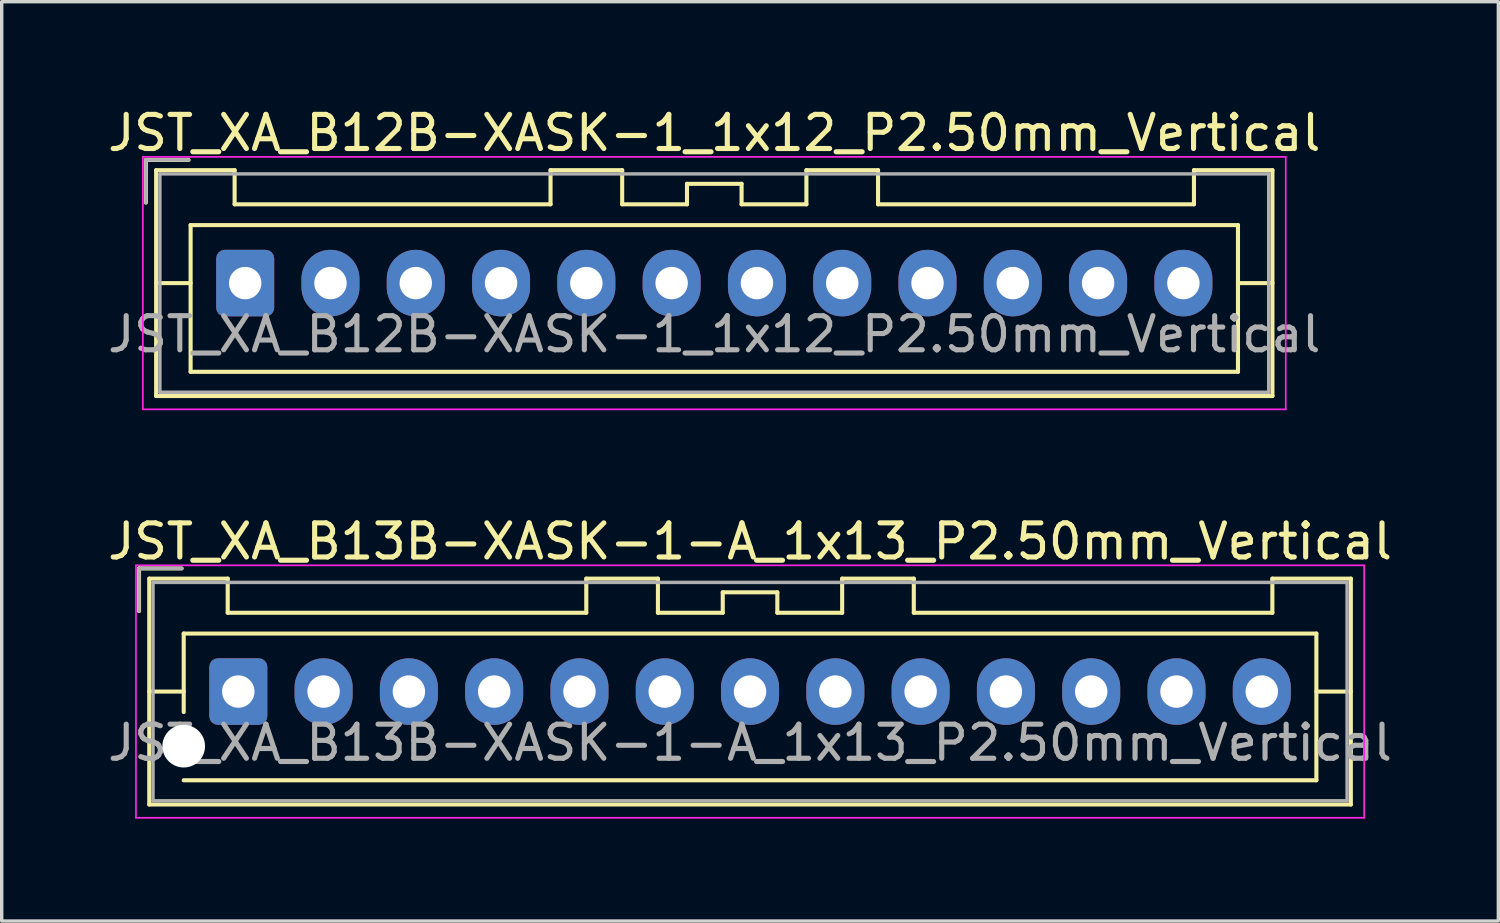
<source format=kicad_pcb>
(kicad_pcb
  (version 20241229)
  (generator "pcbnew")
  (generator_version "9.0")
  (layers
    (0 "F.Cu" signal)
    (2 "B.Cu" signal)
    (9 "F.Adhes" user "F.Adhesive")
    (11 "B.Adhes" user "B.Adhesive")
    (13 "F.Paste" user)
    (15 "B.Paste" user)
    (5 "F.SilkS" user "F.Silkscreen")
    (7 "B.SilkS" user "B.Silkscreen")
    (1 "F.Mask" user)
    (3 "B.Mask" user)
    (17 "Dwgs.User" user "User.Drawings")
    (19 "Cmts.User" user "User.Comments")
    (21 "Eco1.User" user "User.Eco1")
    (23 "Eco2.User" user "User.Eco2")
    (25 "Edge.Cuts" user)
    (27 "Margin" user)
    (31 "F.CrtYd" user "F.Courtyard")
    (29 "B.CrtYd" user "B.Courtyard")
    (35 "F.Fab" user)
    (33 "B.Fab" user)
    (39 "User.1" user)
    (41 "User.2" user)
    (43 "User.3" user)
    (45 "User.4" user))
  (footprint "JST_XA_B13B-XASK-1-A_1x13_P2.50mm_Vertical"
    (layer "F.Cu")
    (at 3.935 17.221)
    (property "Reference" "JST_XA_B13B-XASK-1-A_1x13_P2.50mm_Vertical" (at 15 -4.4 0) (layer "F.SilkS") (effects (font (size 1 1) (thickness 0.15))))
    (attr through_hole)
    (fp_line (start -2.91 -3.61) (end -2.91 -2.36) (stroke (width 0.12) (type solid)) (layer "F.SilkS"))
    (fp_line (start -2.61 -3.31) (end -2.61 3.31) (stroke (width 0.12) (type solid)) (layer "F.SilkS"))
    (fp_line (start -2.61 0) (end -1.6 0) (stroke (width 0.12) (type solid)) (layer "F.SilkS"))
    (fp_line (start -2.61 3.31) (end 32.61 3.31) (stroke (width 0.12) (type solid)) (layer "F.SilkS"))
    (fp_line (start -1.66 -3.61) (end -2.91 -3.61) (stroke (width 0.12) (type solid)) (layer "F.SilkS"))
    (fp_line (start -1.6 -1.7) (end 31.6 -1.7) (stroke (width 0.12) (type solid)) (layer "F.SilkS"))
    (fp_line (start -1.6 0.6) (end -1.6 -1.7) (stroke (width 0.12) (type solid)) (layer "F.SilkS"))
    (fp_line (start -0.31 -3.31) (end -2.61 -3.31) (stroke (width 0.12) (type solid)) (layer "F.SilkS"))
    (fp_line (start -0.31 -2.31) (end -0.31 -3.31) (stroke (width 0.12) (type solid)) (layer "F.SilkS"))
    (fp_line (start 10.2 -3.31) (end 10.2 -2.31) (stroke (width 0.12) (type solid)) (layer "F.SilkS"))
    (fp_line (start 10.2 -2.31) (end -0.31 -2.31) (stroke (width 0.12) (type solid)) (layer "F.SilkS"))
    (fp_line (start 12.3 -3.31) (end 10.2 -3.31) (stroke (width 0.12) (type solid)) (layer "F.SilkS"))
    (fp_line (start 12.3 -2.31) (end 12.3 -3.31) (stroke (width 0.12) (type solid)) (layer "F.SilkS"))
    (fp_line (start 14.2 -2.91) (end 14.2 -2.31) (stroke (width 0.12) (type solid)) (layer "F.SilkS"))
    (fp_line (start 14.2 -2.31) (end 12.3 -2.31) (stroke (width 0.12) (type solid)) (layer "F.SilkS"))
    (fp_line (start 15.8 -2.91) (end 14.2 -2.91) (stroke (width 0.12) (type solid)) (layer "F.SilkS"))
    (fp_line (start 15.8 -2.31) (end 15.8 -2.91) (stroke (width 0.12) (type solid)) (layer "F.SilkS"))
    (fp_line (start 17.7 -3.31) (end 17.7 -2.31) (stroke (width 0.12) (type solid)) (layer "F.SilkS"))
    (fp_line (start 17.7 -2.31) (end 15.8 -2.31) (stroke (width 0.12) (type solid)) (layer "F.SilkS"))
    (fp_line (start 19.8 -3.31) (end 17.7 -3.31) (stroke (width 0.12) (type solid)) (layer "F.SilkS"))
    (fp_line (start 19.8 -2.31) (end 19.8 -3.31) (stroke (width 0.12) (type solid)) (layer "F.SilkS"))
    (fp_line (start 30.31 -3.31) (end 30.31 -2.31) (stroke (width 0.12) (type solid)) (layer "F.SilkS"))
    (fp_line (start 30.31 -2.31) (end 19.8 -2.31) (stroke (width 0.12) (type solid)) (layer "F.SilkS"))
    (fp_line (start 31.6 -1.7) (end 31.6 2.6) (stroke (width 0.12) (type solid)) (layer "F.SilkS"))
    (fp_line (start 31.6 2.6) (end -1.6 2.6) (stroke (width 0.12) (type solid)) (layer "F.SilkS"))
    (fp_line (start 32.61 -3.31) (end 30.31 -3.31) (stroke (width 0.12) (type solid)) (layer "F.SilkS"))
    (fp_line (start 32.61 0) (end 31.6 0) (stroke (width 0.12) (type solid)) (layer "F.SilkS"))
    (fp_line (start 32.61 3.31) (end 32.61 -3.31) (stroke (width 0.12) (type solid)) (layer "F.SilkS"))
    (fp_line (start -3 -3.7) (end -3 3.7) (stroke (width 0.05) (type solid)) (layer "F.CrtYd"))
    (fp_line (start -3 3.7) (end 33 3.7) (stroke (width 0.05) (type solid)) (layer "F.CrtYd"))
    (fp_line (start 33 -3.7) (end -3 -3.7) (stroke (width 0.05) (type solid)) (layer "F.CrtYd"))
    (fp_line (start 33 3.7) (end 33 -3.7) (stroke (width 0.05) (type solid)) (layer "F.CrtYd"))
    (fp_line (start -2.91 -3.61) (end -2.91 -2.36) (stroke (width 0.1) (type solid)) (layer "F.Fab"))
    (fp_line (start -2.5 -3.2) (end -2.5 3.2) (stroke (width 0.1) (type solid)) (layer "F.Fab"))
    (fp_line (start -2.5 3.2) (end 32.5 3.2) (stroke (width 0.1) (type solid)) (layer "F.Fab"))
    (fp_line (start -1.66 -3.61) (end -2.91 -3.61) (stroke (width 0.1) (type solid)) (layer "F.Fab"))
    (fp_line (start 32.5 -3.2) (end -2.5 -3.2) (stroke (width 0.1) (type solid)) (layer "F.Fab"))
    (fp_line (start 32.5 3.2) (end 32.5 -3.2) (stroke (width 0.1) (type solid)) (layer "F.Fab"))
    (fp_text user "${REFERENCE}" (at 15 1.5 0) (layer "F.Fab") (effects (font (size 1 1) (thickness 0.15))))
    (pad "" np_thru_hole circle (at -1.6 1.6) (size 1.25 1.25) (drill 1.25) (layers "*.Cu" "*.Mask"))
    (pad "1" thru_hole roundrect (at 0 0) (size 1.7 1.95) (drill 0.95) (layers "*.Cu" "*.Mask") (roundrect_rratio 0.147))
    (pad "2" thru_hole oval (at 2.5 0) (size 1.7 1.95) (drill 0.95) (layers "*.Cu" "*.Mask"))
    (pad "3" thru_hole oval (at 5 0) (size 1.7 1.95) (drill 0.95) (layers "*.Cu" "*.Mask"))
    (pad "4" thru_hole oval (at 7.5 0) (size 1.7 1.95) (drill 0.95) (layers "*.Cu" "*.Mask"))
    (pad "5" thru_hole oval (at 10 0) (size 1.7 1.95) (drill 0.95) (layers "*.Cu" "*.Mask"))
    (pad "6" thru_hole oval (at 12.5 0) (size 1.7 1.95) (drill 0.95) (layers "*.Cu" "*.Mask"))
    (pad "7" thru_hole oval (at 15 0) (size 1.7 1.95) (drill 0.95) (layers "*.Cu" "*.Mask"))
    (pad "8" thru_hole oval (at 17.5 0) (size 1.7 1.95) (drill 0.95) (layers "*.Cu" "*.Mask"))
    (pad "9" thru_hole oval (at 20 0) (size 1.7 1.95) (drill 0.95) (layers "*.Cu" "*.Mask"))
    (pad "10" thru_hole oval (at 22.5 0) (size 1.7 1.95) (drill 0.95) (layers "*.Cu" "*.Mask"))
    (pad "11" thru_hole oval (at 25 0) (size 1.7 1.95) (drill 0.95) (layers "*.Cu" "*.Mask"))
    (pad "12" thru_hole oval (at 27.5 0) (size 1.7 1.95) (drill 0.95) (layers "*.Cu" "*.Mask"))
    (pad "13" thru_hole oval (at 30 0) (size 1.7 1.95) (drill 0.95) (layers "*.Cu" "*.Mask")))
  (footprint "JST_XA_B12B-XASK-1_1x12_P2.50mm_Vertical"
    (layer "F.Cu")
    (at 4.137 5.248)
    (property "Reference" "JST_XA_B12B-XASK-1_1x12_P2.50mm_Vertical" (at 13.75 -4.4 0) (layer "F.SilkS") (effects (font (size 1 1) (thickness 0.15))))
    (attr through_hole)
    (fp_line (start -2.91 -3.61) (end -2.91 -2.36) (stroke (width 0.12) (type solid)) (layer "F.SilkS"))
    (fp_line (start -2.61 -3.31) (end -2.61 3.31) (stroke (width 0.12) (type solid)) (layer "F.SilkS"))
    (fp_line (start -2.61 0) (end -1.6 0) (stroke (width 0.12) (type solid)) (layer "F.SilkS"))
    (fp_line (start -2.61 3.31) (end 30.11 3.31) (stroke (width 0.12) (type solid)) (layer "F.SilkS"))
    (fp_line (start -1.66 -3.61) (end -2.91 -3.61) (stroke (width 0.12) (type solid)) (layer "F.SilkS"))
    (fp_line (start -1.6 -1.7) (end -1.6 2.6) (stroke (width 0.12) (type solid)) (layer "F.SilkS"))
    (fp_line (start -1.6 2.6) (end 29.1 2.6) (stroke (width 0.12) (type solid)) (layer "F.SilkS"))
    (fp_line (start -0.31 -3.31) (end -2.61 -3.31) (stroke (width 0.12) (type solid)) (layer "F.SilkS"))
    (fp_line (start -0.31 -2.31) (end -0.31 -3.31) (stroke (width 0.12) (type solid)) (layer "F.SilkS"))
    (fp_line (start 8.95 -3.31) (end 8.95 -2.31) (stroke (width 0.12) (type solid)) (layer "F.SilkS"))
    (fp_line (start 8.95 -2.31) (end -0.31 -2.31) (stroke (width 0.12) (type solid)) (layer "F.SilkS"))
    (fp_line (start 11.05 -3.31) (end 8.95 -3.31) (stroke (width 0.12) (type solid)) (layer "F.SilkS"))
    (fp_line (start 11.05 -2.31) (end 11.05 -3.31) (stroke (width 0.12) (type solid)) (layer "F.SilkS"))
    (fp_line (start 12.95 -2.91) (end 12.95 -2.31) (stroke (width 0.12) (type solid)) (layer "F.SilkS"))
    (fp_line (start 12.95 -2.31) (end 11.05 -2.31) (stroke (width 0.12) (type solid)) (layer "F.SilkS"))
    (fp_line (start 14.55 -2.91) (end 12.95 -2.91) (stroke (width 0.12) (type solid)) (layer "F.SilkS"))
    (fp_line (start 14.55 -2.31) (end 14.55 -2.91) (stroke (width 0.12) (type solid)) (layer "F.SilkS"))
    (fp_line (start 16.45 -3.31) (end 16.45 -2.31) (stroke (width 0.12) (type solid)) (layer "F.SilkS"))
    (fp_line (start 16.45 -2.31) (end 14.55 -2.31) (stroke (width 0.12) (type solid)) (layer "F.SilkS"))
    (fp_line (start 18.55 -3.31) (end 16.45 -3.31) (stroke (width 0.12) (type solid)) (layer "F.SilkS"))
    (fp_line (start 18.55 -2.31) (end 18.55 -3.31) (stroke (width 0.12) (type solid)) (layer "F.SilkS"))
    (fp_line (start 27.81 -3.31) (end 27.81 -2.31) (stroke (width 0.12) (type solid)) (layer "F.SilkS"))
    (fp_line (start 27.81 -2.31) (end 18.55 -2.31) (stroke (width 0.12) (type solid)) (layer "F.SilkS"))
    (fp_line (start 29.1 -1.7) (end -1.6 -1.7) (stroke (width 0.12) (type solid)) (layer "F.SilkS"))
    (fp_line (start 29.1 2.6) (end 29.1 -1.7) (stroke (width 0.12) (type solid)) (layer "F.SilkS"))
    (fp_line (start 30.11 -3.31) (end 27.81 -3.31) (stroke (width 0.12) (type solid)) (layer "F.SilkS"))
    (fp_line (start 30.11 0) (end 29.1 0) (stroke (width 0.12) (type solid)) (layer "F.SilkS"))
    (fp_line (start 30.11 3.31) (end 30.11 -3.31) (stroke (width 0.12) (type solid)) (layer "F.SilkS"))
    (fp_line (start -3 -3.7) (end -3 3.7) (stroke (width 0.05) (type solid)) (layer "F.CrtYd"))
    (fp_line (start -3 3.7) (end 30.5 3.7) (stroke (width 0.05) (type solid)) (layer "F.CrtYd"))
    (fp_line (start 30.5 -3.7) (end -3 -3.7) (stroke (width 0.05) (type solid)) (layer "F.CrtYd"))
    (fp_line (start 30.5 3.7) (end 30.5 -3.7) (stroke (width 0.05) (type solid)) (layer "F.CrtYd"))
    (fp_line (start -2.91 -3.61) (end -2.91 -2.36) (stroke (width 0.1) (type solid)) (layer "F.Fab"))
    (fp_line (start -2.5 -3.2) (end -2.5 3.2) (stroke (width 0.1) (type solid)) (layer "F.Fab"))
    (fp_line (start -2.5 3.2) (end 30 3.2) (stroke (width 0.1) (type solid)) (layer "F.Fab"))
    (fp_line (start -1.66 -3.61) (end -2.91 -3.61) (stroke (width 0.1) (type solid)) (layer "F.Fab"))
    (fp_line (start 30 -3.2) (end -2.5 -3.2) (stroke (width 0.1) (type solid)) (layer "F.Fab"))
    (fp_line (start 30 3.2) (end 30 -3.2) (stroke (width 0.1) (type solid)) (layer "F.Fab"))
    (fp_text user "${REFERENCE}" (at 13.75 1.5 0) (layer "F.Fab") (effects (font (size 1 1) (thickness 0.15))))
    (pad "1" thru_hole roundrect (at 0 0) (size 1.7 1.95) (drill 0.95) (layers "*.Cu" "*.Mask") (roundrect_rratio 0.147))
    (pad "2" thru_hole oval (at 2.5 0) (size 1.7 1.95) (drill 0.95) (layers "*.Cu" "*.Mask"))
    (pad "3" thru_hole oval (at 5 0) (size 1.7 1.95) (drill 0.95) (layers "*.Cu" "*.Mask"))
    (pad "4" thru_hole oval (at 7.5 0) (size 1.7 1.95) (drill 0.95) (layers "*.Cu" "*.Mask"))
    (pad "5" thru_hole oval (at 10 0) (size 1.7 1.95) (drill 0.95) (layers "*.Cu" "*.Mask"))
    (pad "6" thru_hole oval (at 12.5 0) (size 1.7 1.95) (drill 0.95) (layers "*.Cu" "*.Mask"))
    (pad "7" thru_hole oval (at 15 0) (size 1.7 1.95) (drill 0.95) (layers "*.Cu" "*.Mask"))
    (pad "8" thru_hole oval (at 17.5 0) (size 1.7 1.95) (drill 0.95) (layers "*.Cu" "*.Mask"))
    (pad "9" thru_hole oval (at 20 0) (size 1.7 1.95) (drill 0.95) (layers "*.Cu" "*.Mask"))
    (pad "10" thru_hole oval (at 22.5 0) (size 1.7 1.95) (drill 0.95) (layers "*.Cu" "*.Mask"))
    (pad "11" thru_hole oval (at 25 0) (size 1.7 1.95) (drill 0.95) (layers "*.Cu" "*.Mask"))
    (pad "12" thru_hole oval (at 27.5 0) (size 1.7 1.95) (drill 0.95) (layers "*.Cu" "*.Mask")))
  (gr_rect
    (start -3 -3)
    (end 40.869 23.947)
    (stroke (width 0.1) (type default))
    (fill no)
    (layer "Edge.Cuts")))
</source>
